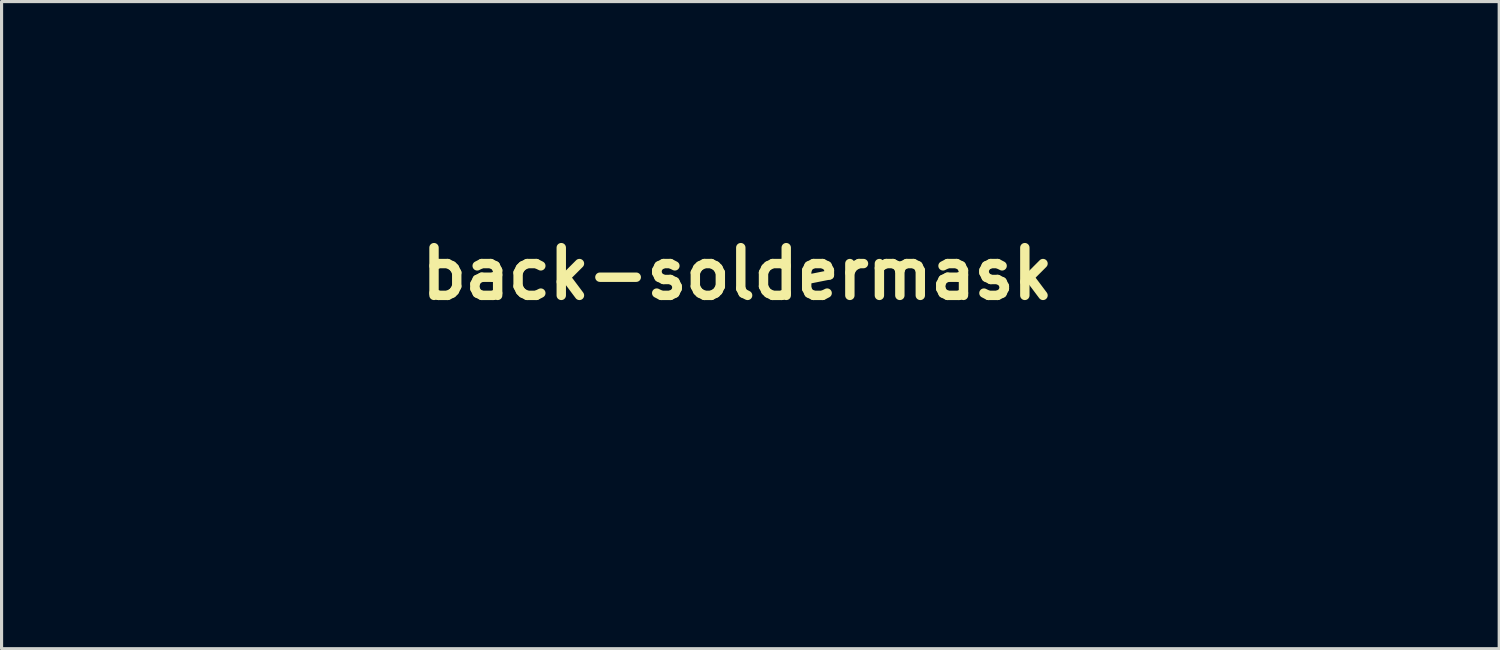
<source format=kicad_pcb>
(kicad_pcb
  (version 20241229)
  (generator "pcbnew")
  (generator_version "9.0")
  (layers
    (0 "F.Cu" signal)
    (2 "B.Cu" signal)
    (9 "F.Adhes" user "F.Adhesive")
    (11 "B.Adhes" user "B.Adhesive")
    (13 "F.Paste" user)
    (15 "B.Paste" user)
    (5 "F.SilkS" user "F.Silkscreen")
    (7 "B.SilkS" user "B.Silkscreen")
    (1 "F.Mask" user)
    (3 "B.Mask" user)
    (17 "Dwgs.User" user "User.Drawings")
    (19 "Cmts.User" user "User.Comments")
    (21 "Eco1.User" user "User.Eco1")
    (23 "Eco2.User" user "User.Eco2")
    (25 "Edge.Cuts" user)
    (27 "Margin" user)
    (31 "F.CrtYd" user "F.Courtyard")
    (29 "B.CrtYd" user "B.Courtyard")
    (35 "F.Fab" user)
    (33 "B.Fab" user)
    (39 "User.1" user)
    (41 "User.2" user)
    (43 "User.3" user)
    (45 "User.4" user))
  (footprint "back-soldermask"
    (layer "F.Cu")
    (at 20.499 5.694)
    (property "Reference" "back-soldermask" (at 0 0 0) (layer "F.SilkS") (effects (font (size 1.524 1.524) (thickness 0.3))))
    (attr board_only exclude_from_pos_files exclude_from_bom)
    (fp_poly (pts (xy -17.079 -5.671) (xy -16.986 -5.633) (xy -16.897 -5.586) (xy -16.812 -5.535) (xy -16.728 -5.478) (xy -16.642 -5.411) (xy -16.548 -5.331) (xy -16.443 -5.234) (xy -16.323 -5.117) (xy -16.185 -4.976) (xy -16.023 -4.809) (xy -15.955 -4.738) (xy -15.806 -4.58) (xy -15.681 -4.446) (xy -15.576 -4.332) (xy -15.487 -4.23) (xy -15.41 -4.135) (xy -15.338 -4.042) (xy -15.269 -3.945) (xy -15.197 -3.837) (xy -15.117 -3.713) (xy -15.05 -3.608) (xy -14.918 -3.402) (xy -14.801 -3.23) (xy -14.694 -3.086) (xy -14.594 -2.966) (xy -14.497 -2.865) (xy -14.398 -2.78) (xy -14.294 -2.705) (xy -14.179 -2.635) (xy -14.174 -2.632) (xy -13.976 -2.535) (xy -13.785 -2.47) (xy -13.606 -2.438) (xy -13.443 -2.439) (xy -13.298 -2.474) (xy -13.198 -2.526) (xy -13.138 -2.57) (xy -13.095 -2.612) (xy -13.067 -2.661) (xy -13.051 -2.725) (xy -13.043 -2.811) (xy -13.042 -2.929) (xy -13.043 -2.984) (xy -13.047 -3.11) (xy -13.055 -3.262) (xy -13.067 -3.424) (xy -13.082 -3.581) (xy -13.089 -3.644) (xy -13.107 -3.821) (xy -13.115 -3.963) (xy -13.113 -4.076) (xy -13.099 -4.166) (xy -13.072 -4.24) (xy -13.03 -4.304) (xy -12.973 -4.365) (xy -12.941 -4.393) (xy -12.841 -4.461) (xy -12.733 -4.499) (xy -12.614 -4.505) (xy -12.48 -4.479) (xy -12.326 -4.42) (xy -12.168 -4.34) (xy -11.83 -4.132) (xy -11.503 -3.893) (xy -11.192 -3.627) (xy -10.9 -3.338) (xy -10.63 -3.03) (xy -10.387 -2.708) (xy -10.173 -2.375) (xy -9.993 -2.037) (xy -9.851 -1.698) (xy -9.812 -1.584) (xy -9.765 -1.433) (xy -9.728 -1.301) (xy -9.699 -1.18) (xy -9.679 -1.061) (xy -9.665 -0.935) (xy -9.657 -0.795) (xy -9.653 -0.631) (xy -9.652 -0.436) (xy -9.652 -0.377) (xy -9.653 -0.211) (xy -9.653 -0.082) (xy -9.652 0.014) (xy -9.65 0.082) (xy -9.645 0.128) (xy -9.639 0.156) (xy -9.631 0.172) (xy -9.619 0.179) (xy -9.614 0.181) (xy -9.55 0.217) (xy -9.479 0.28) (xy -9.414 0.359) (xy -9.372 0.428) (xy -9.336 0.513) (xy -9.295 0.634) (xy -9.251 0.785) (xy -9.206 0.958) (xy -9.16 1.148) (xy -9.116 1.348) (xy -9.074 1.553) (xy -9.037 1.755) (xy -9.005 1.948) (xy -8.99 2.055) (xy -8.977 2.178) (xy -8.965 2.328) (xy -8.957 2.487) (xy -8.953 2.64) (xy -8.952 2.669) (xy -8.95 3.019) (xy -9.015 3.135) (xy -9.093 3.241) (xy -9.192 3.313) (xy -9.315 3.355) (xy -9.465 3.368) (xy -9.616 3.376) (xy -9.758 3.401) (xy -9.894 3.447) (xy -10.032 3.515) (xy -10.174 3.609) (xy -10.327 3.731) (xy -10.495 3.885) (xy -10.604 3.992) (xy -10.872 4.273) (xy -11.102 4.546) (xy -11.301 4.816) (xy -11.47 5.089) (xy -11.615 5.37) (xy -11.633 5.411) (xy -11.705 5.563) (xy -11.769 5.683) (xy -11.834 5.778) (xy -11.906 5.855) (xy -11.992 5.923) (xy -12.1 5.988) (xy -12.236 6.059) (xy -12.25 6.065) (xy -12.534 6.193) (xy -12.796 6.286) (xy -13.041 6.347) (xy -13.272 6.374) (xy -13.355 6.376) (xy -13.489 6.369) (xy -13.594 6.346) (xy -13.684 6.304) (xy -13.72 6.279) (xy -13.767 6.239) (xy -13.807 6.193) (xy -13.84 6.134) (xy -13.871 6.056) (xy -13.9 5.954) (xy -13.932 5.82) (xy -13.959 5.694) (xy -14.006 5.482) (xy -14.053 5.307) (xy -14.1 5.16) (xy -14.152 5.036) (xy -14.21 4.928) (xy -14.278 4.828) (xy -14.283 4.821) (xy -14.409 4.68) (xy -14.55 4.572) (xy -14.712 4.493) (xy -14.903 4.44) (xy -15.002 4.423) (xy -15.211 4.414) (xy -15.41 4.446) (xy -15.601 4.519) (xy -15.782 4.634) (xy -15.931 4.765) (xy -16.009 4.85) (xy -16.085 4.942) (xy -16.147 5.028) (xy -16.169 5.063) (xy -16.245 5.217) (xy -16.311 5.397) (xy -16.363 5.589) (xy -16.396 5.777) (xy -16.397 5.787) (xy -16.411 5.887) (xy -16.428 5.982) (xy -16.447 6.058) (xy -16.453 6.077) (xy -16.513 6.191) (xy -16.599 6.289) (xy -16.7 6.357) (xy -16.704 6.358) (xy -16.798 6.385) (xy -16.917 6.395) (xy -17.049 6.389) (xy -17.179 6.367) (xy -17.212 6.358) (xy -17.285 6.333) (xy -17.381 6.295) (xy -17.487 6.248) (xy -17.562 6.213) (xy -17.671 6.16) (xy -17.786 6.105) (xy -17.889 6.056) (xy -17.943 6.031) (xy -18.056 5.974) (xy -18.152 5.911) (xy -18.236 5.837) (xy -18.312 5.746) (xy -18.384 5.634) (xy -18.455 5.495) (xy -18.53 5.324) (xy -18.583 5.193) (xy -18.729 4.843) (xy -18.886 4.508) (xy -19.05 4.194) (xy -19.221 3.901) (xy -19.396 3.635) (xy -19.572 3.398) (xy -19.748 3.193) (xy -19.922 3.023) (xy -20.09 2.893) (xy -20.214 2.806) (xy -20.306 2.729) (xy -20.374 2.654) (xy -20.424 2.576) (xy -20.443 2.536) (xy -20.481 2.41) (xy -20.499 2.252) (xy -20.499 2.068) (xy -20.481 1.864) (xy -20.446 1.645) (xy -20.395 1.417) (xy -20.33 1.185) (xy -20.251 0.954) (xy -20.16 0.731) (xy -20.101 0.607) (xy -20.055 0.517) (xy -20.013 0.436) (xy -19.97 0.359) (xy -19.924 0.28) (xy -19.872 0.196) (xy -19.81 0.101) (xy -19.735 -0.01) (xy -19.645 -0.141) (xy -19.536 -0.297) (xy -19.425 -0.455) (xy -19.223 -0.744) (xy -19.046 -1.002) (xy -18.889 -1.235) (xy -18.752 -1.444) (xy -18.632 -1.635) (xy -18.528 -1.81) (xy -18.436 -1.975) (xy -18.356 -2.131) (xy -18.285 -2.283) (xy -18.22 -2.435) (xy -18.16 -2.59) (xy -18.103 -2.753) (xy -18.063 -2.875) (xy -17.982 -3.146) (xy -17.916 -3.413) (xy -17.864 -3.685) (xy -17.824 -3.97) (xy -17.794 -4.28) (xy -17.774 -4.599) (xy -17.763 -4.806) (xy -17.751 -4.976) (xy -17.738 -5.114) (xy -17.723 -5.225) (xy -17.703 -5.314) (xy -17.679 -5.386) (xy -17.649 -5.446) (xy -17.612 -5.501) (xy -17.573 -5.547) (xy -17.47 -5.631) (xy -17.349 -5.68) (xy -17.216 -5.694)) (stroke (width 0) (type solid)) (fill yes) (layer "B.Mask"))
    (fp_poly (pts (xy 14.469 -2.363) (xy 14.572 -2.332) (xy 14.581 -2.327) (xy 14.643 -2.286) (xy 14.722 -2.219) (xy 14.81 -2.136) (xy 14.898 -2.044) (xy 14.979 -1.951) (xy 15.043 -1.867) (xy 15.052 -1.854) (xy 15.077 -1.813) (xy 15.119 -1.739) (xy 15.176 -1.636) (xy 15.246 -1.51) (xy 15.326 -1.364) (xy 15.413 -1.203) (xy 15.506 -1.032) (xy 15.56 -0.932) (xy 15.652 -0.761) (xy 15.739 -0.601) (xy 15.817 -0.457) (xy 15.885 -0.332) (xy 15.941 -0.23) (xy 15.983 -0.155) (xy 16.008 -0.11) (xy 16.014 -0.1) (xy 16.039 -0.1) (xy 16.079 -0.122) (xy 16.081 -0.123) (xy 16.116 -0.147) (xy 16.184 -0.189) (xy 16.278 -0.247) (xy 16.394 -0.316) (xy 16.527 -0.395) (xy 16.672 -0.48) (xy 16.824 -0.569) (xy 16.978 -0.659) (xy 17.129 -0.746) (xy 17.272 -0.828) (xy 17.401 -0.902) (xy 17.513 -0.965) (xy 17.601 -1.014) (xy 17.662 -1.046) (xy 17.813 -1.108) (xy 17.952 -1.134) (xy 18.089 -1.125) (xy 18.105 -1.122) (xy 18.227 -1.076) (xy 18.331 -0.997) (xy 18.41 -0.891) (xy 18.451 -0.783) (xy 18.472 -0.71) (xy 18.504 -0.615) (xy 18.542 -0.514) (xy 18.558 -0.477) (xy 18.592 -0.391) (xy 18.636 -0.274) (xy 18.689 -0.132) (xy 18.748 0.031) (xy 18.812 0.211) (xy 18.88 0.403) (xy 18.95 0.602) (xy 19.02 0.805) (xy 19.089 1.006) (xy 19.155 1.201) (xy 19.218 1.386) (xy 19.274 1.556) (xy 19.323 1.707) (xy 19.364 1.834) (xy 19.394 1.932) (xy 19.411 1.997) (xy 19.416 2.017) (xy 19.43 2.114) (xy 20.044 1.905) (xy 20.22 1.845) (xy 20.36 1.798) (xy 20.472 1.761) (xy 20.56 1.735) (xy 20.63 1.716) (xy 20.686 1.705) (xy 20.735 1.698) (xy 20.782 1.696) (xy 20.82 1.695) (xy 20.961 1.705) (xy 21.073 1.738) (xy 21.166 1.796) (xy 21.22 1.849) (xy 21.265 1.912) (xy 21.298 1.988) (xy 21.318 2.083) (xy 21.329 2.203) (xy 21.33 2.356) (xy 21.328 2.438) (xy 21.318 2.722) (xy 21.105 3.305) (xy 21.053 3.449) (xy 20.989 3.626) (xy 20.916 3.828) (xy 20.837 4.048) (xy 20.754 4.278) (xy 20.671 4.511) (xy 20.589 4.74) (xy 20.538 4.883) (xy 20.45 5.129) (xy 20.375 5.338) (xy 20.311 5.515) (xy 20.256 5.663) (xy 20.209 5.785) (xy 20.168 5.886) (xy 20.133 5.968) (xy 20.1 6.035) (xy 20.07 6.092) (xy 20.04 6.142) (xy 20.009 6.187) (xy 19.982 6.224) (xy 19.906 6.316) (xy 19.823 6.397) (xy 19.724 6.475) (xy 19.598 6.556) (xy 19.541 6.59) (xy 19.413 6.665) (xy 19.313 6.721) (xy 19.236 6.76) (xy 19.174 6.786) (xy 19.12 6.801) (xy 19.067 6.808) (xy 19.009 6.81) (xy 18.992 6.81) (xy 18.883 6.803) (xy 18.792 6.779) (xy 18.706 6.732) (xy 18.61 6.658) (xy 18.546 6.61) (xy 18.462 6.558) (xy 18.388 6.518) (xy 18.33 6.49) (xy 18.282 6.472) (xy 18.233 6.46) (xy 18.172 6.454) (xy 18.09 6.451) (xy 17.976 6.451) (xy 17.975 6.451) (xy 17.827 6.455) (xy 17.662 6.466) (xy 17.493 6.483) (xy 17.333 6.504) (xy 17.195 6.528) (xy 17.114 6.547) (xy 17.052 6.573) (xy 16.998 6.62) (xy 16.956 6.673) (xy 16.894 6.747) (xy 16.817 6.82) (xy 16.777 6.852) (xy 16.711 6.908) (xy 16.637 6.984) (xy 16.572 7.063) (xy 16.571 7.065) (xy 16.501 7.165) (xy 16.419 7.291) (xy 16.329 7.436) (xy 16.235 7.592) (xy 16.142 7.751) (xy 16.054 7.907) (xy 15.976 8.051) (xy 15.911 8.177) (xy 15.864 8.277) (xy 15.855 8.298) (xy 15.802 8.425) (xy 15.76 8.52) (xy 15.725 8.591) (xy 15.692 8.644) (xy 15.658 8.689) (xy 15.636 8.714) (xy 15.544 8.791) (xy 15.426 8.844) (xy 15.279 8.875) (xy 15.242 8.879) (xy 15.142 8.892) (xy 15.04 8.911) (xy 14.958 8.932) (xy 14.956 8.932) (xy 14.919 8.942) (xy 14.874 8.951) (xy 14.819 8.957) (xy 14.747 8.963) (xy 14.654 8.967) (xy 14.535 8.969) (xy 14.385 8.972) (xy 14.2 8.973) (xy 14.13 8.974) (xy 13.957 8.974) (xy 13.794 8.974) (xy 13.648 8.972) (xy 13.523 8.97) (xy 13.426 8.966) (xy 13.362 8.962) (xy 13.34 8.959) (xy 13.19 8.902) (xy 13.059 8.809) (xy 12.952 8.684) (xy 12.94 8.664) (xy 12.92 8.624) (xy 12.889 8.554) (xy 12.853 8.464) (xy 12.816 8.368) (xy 12.735 8.159) (xy 12.658 7.981) (xy 12.58 7.821) (xy 12.494 7.669) (xy 12.419 7.547) (xy 12.357 7.45) (xy 12.298 7.356) (xy 12.249 7.277) (xy 12.218 7.224) (xy 12.132 7.104) (xy 12.01 6.982) (xy 11.857 6.859) (xy 11.678 6.742) (xy 11.479 6.632) (xy 11.266 6.535) (xy 11.262 6.533) (xy 11.116 6.482) (xy 10.992 6.458) (xy 10.879 6.461) (xy 10.764 6.491) (xy 10.661 6.537) (xy 10.539 6.611) (xy 10.414 6.705) (xy 10.299 6.811) (xy 10.204 6.918) (xy 10.15 6.997) (xy 10.115 7.068) (xy 10.073 7.162) (xy 10.033 7.265) (xy 10.017 7.307) (xy 9.943 7.477) (xy 9.854 7.607) (xy 9.751 7.7) (xy 9.63 7.755) (xy 9.492 7.775) (xy 9.484 7.775) (xy 9.388 7.768) (xy 9.303 7.747) (xy 9.224 7.706) (xy 9.145 7.641) (xy 9.059 7.549) (xy 8.962 7.424) (xy 8.928 7.379) (xy 8.801 7.203) (xy 8.698 7.057) (xy 8.616 6.933) (xy 8.552 6.828) (xy 8.505 6.736) (xy 8.472 6.652) (xy 8.45 6.572) (xy 8.438 6.489) (xy 8.433 6.398) (xy 8.431 6.311) (xy 8.432 6.277) (xy 8.433 6.237) (xy 8.436 6.189) (xy 8.44 6.131) (xy 8.446 6.061) (xy 8.455 5.976) (xy 8.465 5.875) (xy 8.477 5.756) (xy 8.493 5.616) (xy 8.511 5.454) (xy 8.533 5.267) (xy 8.558 5.053) (xy 8.586 4.81) (xy 8.618 4.537) (xy 8.655 4.23) (xy 8.695 3.889) (xy 8.741 3.51) (xy 8.791 3.092) (xy 8.81 2.93) (xy 8.836 2.713) (xy 8.858 2.535) (xy 8.877 2.39) (xy 8.893 2.274) (xy 8.906 2.184) (xy 8.919 2.114) (xy 8.93 2.06) (xy 8.942 2.019) (xy 8.955 1.986) (xy 8.969 1.957) (xy 8.974 1.948) (xy 9.026 1.87) (xy 9.092 1.809) (xy 9.179 1.761) (xy 9.295 1.722) (xy 9.432 1.69) (xy 9.56 1.668) (xy 9.659 1.661) (xy 9.741 1.671) (xy 9.818 1.699) (xy 9.9 1.746) (xy 9.904 1.749) (xy 9.94 1.78) (xy 10 1.843) (xy 10.082 1.934) (xy 10.184 2.052) (xy 10.304 2.193) (xy 10.44 2.357) (xy 10.539 2.478) (xy 10.658 2.623) (xy 10.769 2.757) (xy 10.869 2.875) (xy 10.955 2.976) (xy 11.024 3.055) (xy 11.074 3.11) (xy 11.102 3.136) (xy 11.106 3.138) (xy 11.117 3.118) (xy 11.147 3.063) (xy 11.195 2.975) (xy 11.259 2.856) (xy 11.337 2.709) (xy 11.43 2.536) (xy 11.534 2.34) (xy 11.65 2.122) (xy 11.776 1.886) (xy 11.911 1.632) (xy 12.054 1.365) (xy 12.202 1.085) (xy 12.356 0.795) (xy 12.514 0.498) (xy 12.674 0.196) (xy 12.836 -0.109) (xy 12.998 -0.415) (xy 13.159 -0.719) (xy 13.318 -1.018) (xy 13.473 -1.312) (xy 13.624 -1.597) (xy 13.653 -1.651) (xy 13.746 -1.826) (xy 13.825 -1.967) (xy 13.892 -2.078) (xy 13.949 -2.164) (xy 14.001 -2.229) (xy 14.05 -2.277) (xy 14.099 -2.313) (xy 14.133 -2.332) (xy 14.231 -2.364) (xy 14.349 -2.374)) (stroke (width 0) (type solid)) (fill yes) (layer "B.Mask")))
  (gr_rect
    (start -3 -3)
    (end 44.829 17.668)
    (stroke (width 0.1) (type default))
    (fill no)
    (layer "Edge.Cuts")))
</source>
